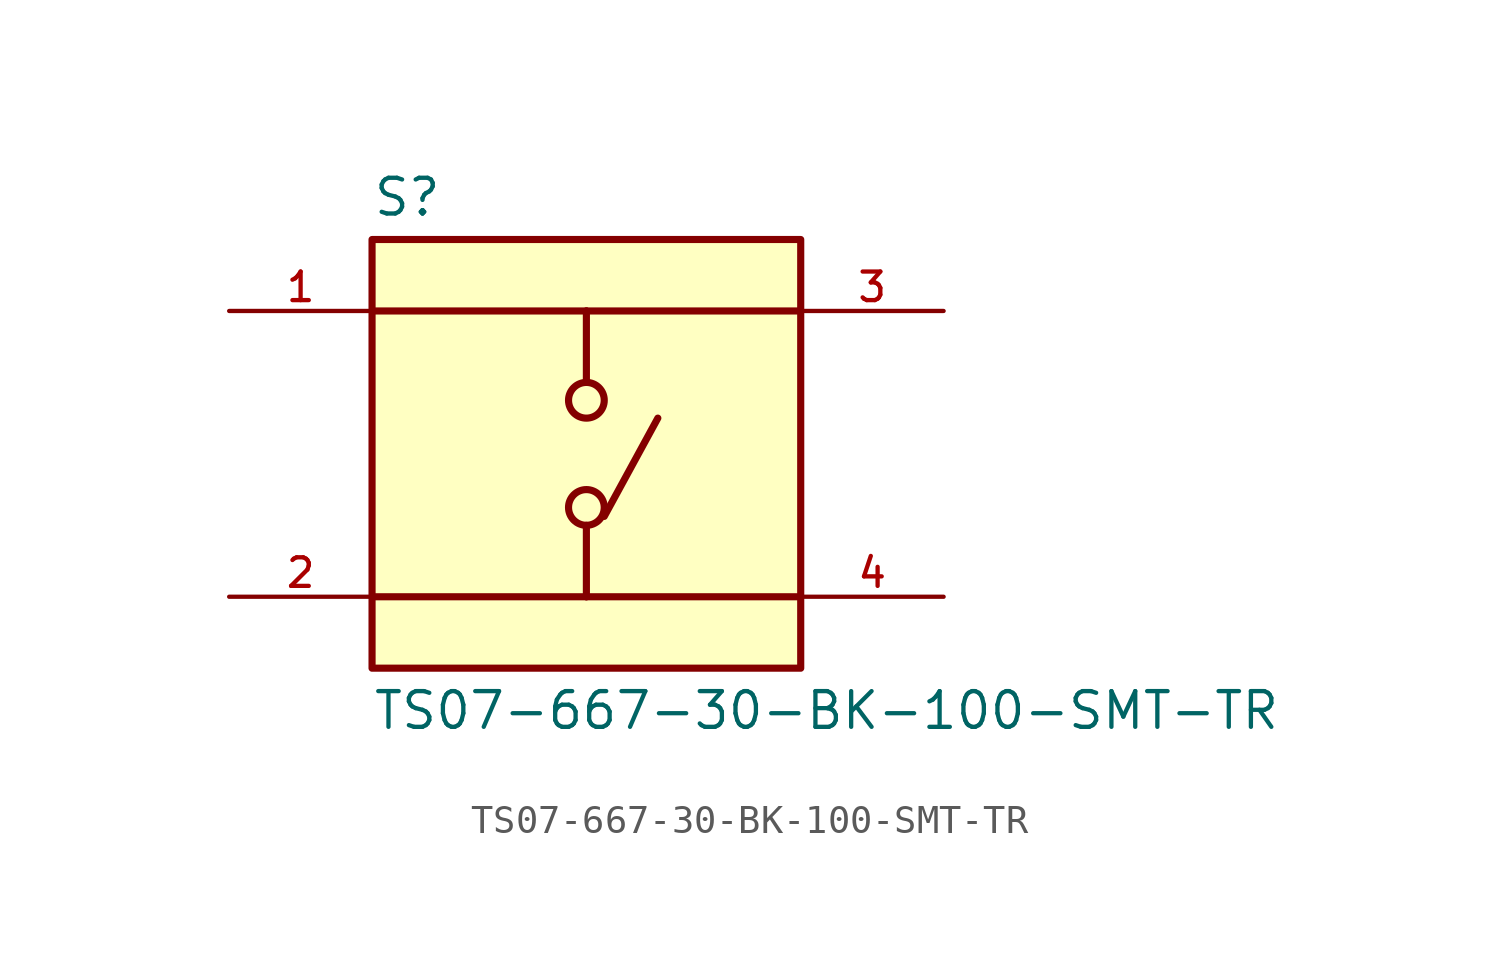
<source format=kicad_sym>
(kicad_symbol_lib
  (version 20211014)
  (generator kicad_symbol_editor)
  (symbol "TS07-667-30-BK-100-SMT-TR"
    (pin_names
      (offset 1.016))
    (property "Reference" "S"
      (at -7.62 8.382 0)
      (effects (font (size 1.27 1.27)) (justify bottom left)))
    (property "Value" "TS07-667-30-BK-100-SMT-TR"
      (at -7.62 -8.382 0)
      (effects (font (size 1.27 1.27)) (justify top left)))
    (symbol "TS07-667-30-BK-100-SMT-TR_0_0"
      (polyline (pts (xy 0.0 5.08) (xy 0.0 2.54)) (stroke (width 0.254)))
      (polyline (pts (xy 0.0 -2.54) (xy 0.0 -5.08)) (stroke (width 0.254)))
      (polyline (pts (xy 0.0 5.08) (xy -7.62 5.08)) (stroke (width 0.254)))
      (polyline (pts (xy 0.0 5.08) (xy 7.62 5.08)) (stroke (width 0.254)))
      (polyline (pts (xy 0.0 -5.08) (xy -7.62 -5.08)) (stroke (width 0.254)))
      (polyline (pts (xy 0.0 -5.08) (xy 7.62 -5.08)) (stroke (width 0.254)))
      (circle (center 0.0 -1.905) (radius 0.635) (stroke (width 0.254)) (fill (type none)))
      (circle (center 0.0 1.905) (radius 0.635) (stroke (width 0.254)) (fill (type none)))
      (polyline (pts (xy 0.635 -2.223) (xy 2.54 1.27)) (stroke (width 0.254)))
      (rectangle (start -7.62 -7.62) (end 7.62 7.62) (stroke (width 0.254)) (fill (type background)))
      (pin passive line (at -12.7 5.08 0) (length 5.08) (name "~" (effects (font (size 1.016 1.016)))) (number "1" (effects (font (size 1.016 1.016)))))
      (pin passive line (at -12.7 -5.08 0) (length 5.08) (name "~" (effects (font (size 1.016 1.016)))) (number "2" (effects (font (size 1.016 1.016)))))
      (pin passive line (at 12.7 5.08 180.0) (length 5.08) (name "~" (effects (font (size 1.016 1.016)))) (number "3" (effects (font (size 1.016 1.016)))))
      (pin passive line (at 12.7 -5.08 180.0) (length 5.08) (name "~" (effects (font (size 1.016 1.016)))) (number "4" (effects (font (size 1.016 1.016))))))))
</source>
